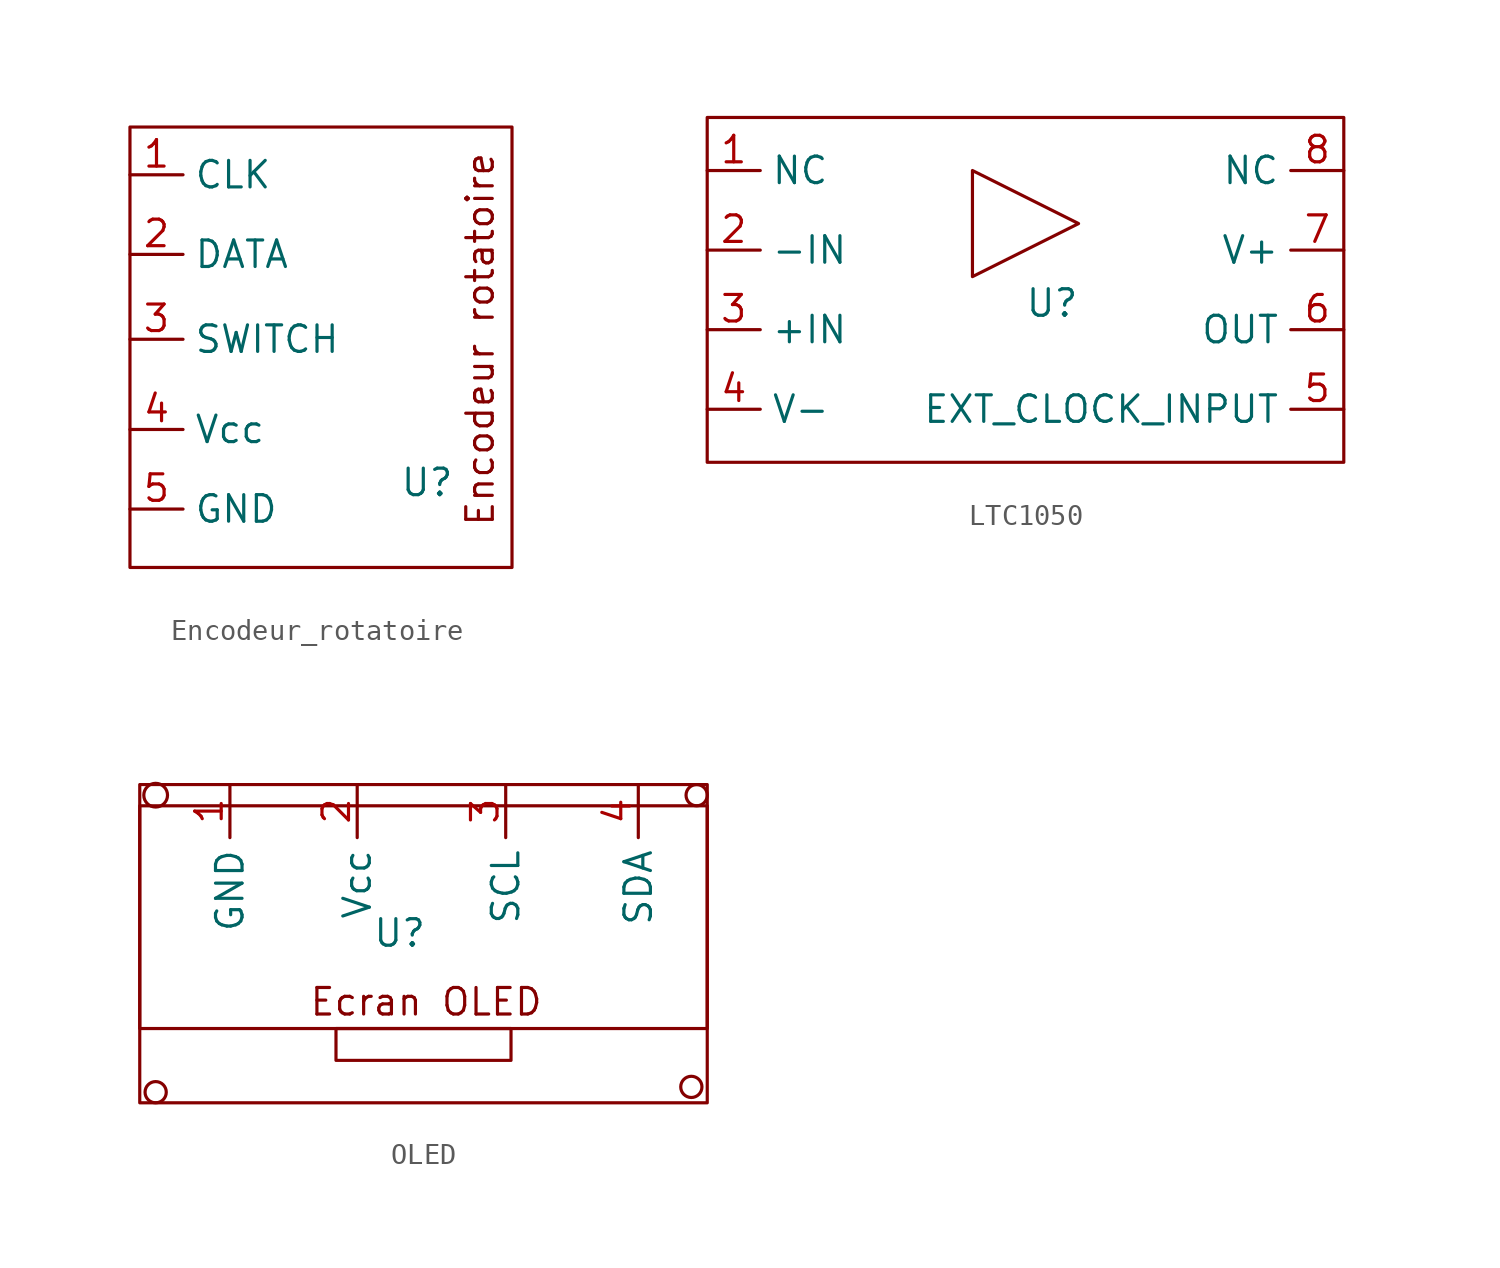
<source format=kicad_sym>
(kicad_symbol_lib
  (version 20220914)
  (generator kicad_symbol_editor)
  (symbol "Encodeur_rotatoire"
    (property "Reference" "U"
      (at 5.08 -7.112 0)
      (effects (font (size 1.27 1.27))))
    (property "Value" ""
      (at 0 0 0)
      (effects (font (size 1.27 1.27))))
    (symbol "Encodeur_rotatoire_0_1"
      (rectangle (start -9.144 9.906) (end 9.144 -11.176) (stroke (width 0) (type default)) (fill (type none))))
    (symbol "Encodeur_rotatoire_1_1"
      (text "Encodeur rotatoire" (at 7.62 -0.254 900) (effects (font (size 1.27 1.27))))
      (pin passive line (at -9.144 7.62 0) (length 2.54) (name "CLK" (effects (font (size 1.27 1.27)))) (number "1" (effects (font (size 1.27 1.27)))))
      (pin passive line (at -9.144 3.81 0) (length 2.54) (name "DATA" (effects (font (size 1.27 1.27)))) (number "2" (effects (font (size 1.27 1.27)))))
      (pin passive line (at -9.144 -0.254 0) (length 2.54) (name "SWITCH" (effects (font (size 1.27 1.27)))) (number "3" (effects (font (size 1.27 1.27)))))
      (pin passive line (at -9.144 -4.572 0) (length 2.54) (name "Vcc" (effects (font (size 1.27 1.27)))) (number "4" (effects (font (size 1.27 1.27)))))
      (pin passive line (at -9.144 -8.382 0) (length 2.54) (name "GND" (effects (font (size 1.27 1.27)))) (number "5" (effects (font (size 1.27 1.27)))))))
  (symbol "LTC1050"
    (property "Reference" "U"
      (at 10.16 -3.81 0)
      (effects (font (size 1.27 1.27))))
    (property "Value" ""
      (at 0 0 0)
      (effects (font (size 1.27 1.27))))
    (symbol "LTC1050_0_1"
      (rectangle (start -6.35 5.08) (end 24.13 -11.43) (stroke (width 0) (type default)) (fill (type none)))
      (polyline (pts (xy 6.35 2.54) (xy 6.35 -2.54) (xy 11.43 0) (xy 6.35 2.54)) (stroke (width 0) (type default)) (fill (type none))))
    (symbol "LTC1050_1_1"
      (pin passive line (at -6.35 2.54 0) (length 2.54) (name "NC" (effects (font (size 1.27 1.27)))) (number "1" (effects (font (size 1.27 1.27)))))
      (pin passive line (at -6.35 -1.27 0) (length 2.54) (name "-IN" (effects (font (size 1.27 1.27)))) (number "2" (effects (font (size 1.27 1.27)))))
      (pin passive line (at -6.35 -5.08 0) (length 2.54) (name "+IN" (effects (font (size 1.27 1.27)))) (number "3" (effects (font (size 1.27 1.27)))))
      (pin passive line (at -6.35 -8.89 0) (length 2.54) (name "V-" (effects (font (size 1.27 1.27)))) (number "4" (effects (font (size 1.27 1.27)))))
      (pin passive line (at 24.13 -8.89 180) (length 2.54) (name "EXT_CLOCK_INPUT" (effects (font (size 1.27 1.27)))) (number "5" (effects (font (size 1.27 1.27)))))
      (pin passive line (at 24.13 -5.08 180) (length 2.54) (name "OUT" (effects (font (size 1.27 1.27)))) (number "6" (effects (font (size 1.27 1.27)))))
      (pin passive line (at 24.13 -1.27 180) (length 2.54) (name "V+" (effects (font (size 1.27 1.27)))) (number "7" (effects (font (size 1.27 1.27)))))
      (pin passive line (at 24.13 2.54 180) (length 2.54) (name "NC" (effects (font (size 1.27 1.27)))) (number "8" (effects (font (size 1.27 1.27)))))))
  (symbol "OLED"
    (property "Reference" "U"
      (at 0 0 0)
      (effects (font (size 1.27 1.27))))
    (property "Value" ""
      (at 0 0 0)
      (effects (font (size 1.27 1.27))))
    (symbol "OLED_0_1"
      (rectangle (start -12.446 6.096) (end 14.732 -4.572) (stroke (width 0) (type default)) (fill (type none)))
      (rectangle (start -12.446 7.112) (end 14.732 -8.128) (stroke (width 0) (type default)) (fill (type none)))
      (circle (center -11.684 -7.62) (radius 0.508) (stroke (width 0) (type default)) (fill (type none)))
      (circle (center -11.684 6.604) (radius 0.568) (stroke (width 0) (type default)) (fill (type none)))
      (rectangle (start -3.048 -4.572) (end 5.334 -6.096) (stroke (width 0) (type default)) (fill (type none)))
      (circle (center 13.97 -7.366) (radius 0.508) (stroke (width 0) (type default)) (fill (type none)))
      (circle (center 14.224 6.604) (radius 0.508) (stroke (width 0) (type default)) (fill (type none))))
    (symbol "OLED_1_1"
      (text "Ecran OLED\n\n" (at 1.27 -4.318 0) (effects (font (size 1.27 1.27))))
      (pin passive line (at -8.128 7.112 270) (length 2.54) (name "GND" (effects (font (size 1.27 1.27)))) (number "1" (effects (font (size 1.27 1.27)))))
      (pin passive line (at -2.032 7.112 270) (length 2.54) (name "Vcc" (effects (font (size 1.27 1.27)))) (number "2" (effects (font (size 1.27 1.27)))))
      (pin passive line (at 5.08 7.112 270) (length 2.54) (name "SCL" (effects (font (size 1.27 1.27)))) (number "3" (effects (font (size 1.27 1.27)))))
      (pin passive line (at 11.43 7.112 270) (length 2.54) (name "SDA" (effects (font (size 1.27 1.27)))) (number "4" (effects (font (size 1.27 1.27))))))))
</source>
